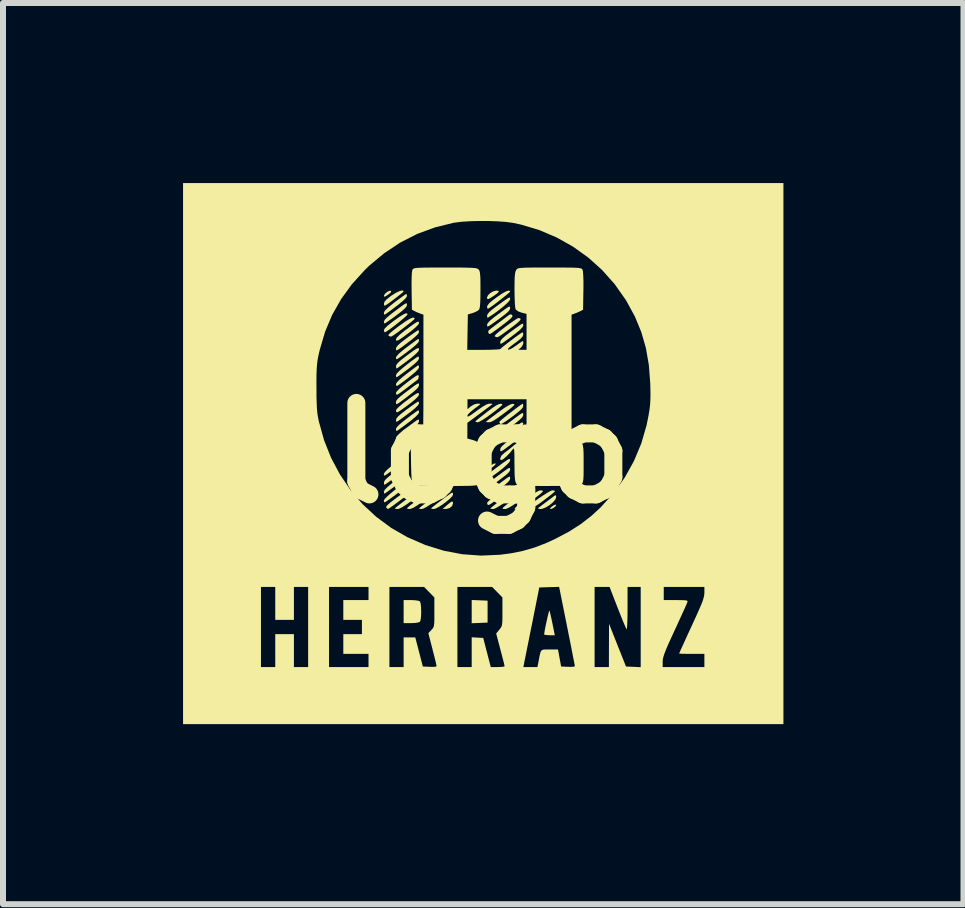
<source format=kicad_pcb>
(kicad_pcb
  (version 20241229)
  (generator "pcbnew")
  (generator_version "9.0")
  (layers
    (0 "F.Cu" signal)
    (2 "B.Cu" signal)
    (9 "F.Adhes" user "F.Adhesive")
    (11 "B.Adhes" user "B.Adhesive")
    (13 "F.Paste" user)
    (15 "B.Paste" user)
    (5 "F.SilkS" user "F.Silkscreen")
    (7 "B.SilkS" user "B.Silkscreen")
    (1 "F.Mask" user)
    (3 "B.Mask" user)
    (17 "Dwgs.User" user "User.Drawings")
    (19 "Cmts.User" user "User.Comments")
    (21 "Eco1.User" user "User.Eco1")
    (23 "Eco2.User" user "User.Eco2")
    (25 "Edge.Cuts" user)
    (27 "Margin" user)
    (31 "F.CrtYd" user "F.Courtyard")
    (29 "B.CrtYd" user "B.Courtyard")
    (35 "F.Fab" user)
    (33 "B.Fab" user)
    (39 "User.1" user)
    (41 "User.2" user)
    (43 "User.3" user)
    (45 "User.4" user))
  (footprint "logo"
    (layer "F.Cu")
    (at 4.992 4.498)
    (property "Reference" "logo" (at 0 0 0) (layer "F.SilkS") (effects (font (size 1.524 1.524) (thickness 0.3))))
    (attr board_only exclude_from_pos_files exclude_from_bom)
    (fp_poly (pts (xy -0.05 2.454) (xy 0.082 2.46) (xy 0.082 2.825) (xy -0.05 2.831) (xy -0.183 2.836) (xy -0.183 2.449)) (stroke (width 0) (type solid)) (fill yes) (layer "F.SilkS"))
    (fp_poly (pts (xy -0.497 0.814) (xy -0.494 0.838) (xy -0.51 0.883) (xy -0.552 0.917) (xy -0.608 0.932) (xy -0.614 0.932) (xy -0.667 0.931) (xy -0.594 0.868) (xy -0.543 0.826) (xy -0.512 0.808)) (stroke (width 0) (type solid)) (fill yes) (layer "F.SilkS"))
    (fp_poly (pts (xy 1.225 0.867) (xy 1.211 0.891) (xy 1.179 0.916) (xy 1.145 0.931) (xy 1.137 0.932) (xy 1.121 0.927) (xy 1.132 0.911) (xy 1.15 0.895) (xy 1.189 0.868) (xy 1.217 0.859)) (stroke (width 0) (type solid)) (fill yes) (layer "F.SilkS"))
    (fp_poly (pts (xy -1.525 -2.701) (xy -1.527 -2.681) (xy -1.559 -2.651) (xy -1.614 -2.614) (xy -1.615 -2.613) (xy -1.64 -2.603) (xy -1.644 -2.62) (xy -1.643 -2.627) (xy -1.625 -2.656) (xy -1.591 -2.684) (xy -1.554 -2.702) (xy -1.527 -2.703)) (stroke (width 0) (type solid)) (fill yes) (layer "F.SilkS"))
    (fp_poly (pts (xy 0.215 0.187) (xy 0.19 0.214) (xy 0.165 0.234) (xy 0.121 0.265) (xy 0.098 0.273) (xy 0.091 0.261) (xy 0.091 0.259) (xy 0.106 0.234) (xy 0.14 0.204) (xy 0.18 0.18) (xy 0.187 0.177) (xy 0.215 0.173)) (stroke (width 0) (type solid)) (fill yes) (layer "F.SilkS"))
    (fp_poly (pts (xy -1.121 2.454) (xy -1.069 2.462) (xy -1.046 2.472) (xy -1.034 2.503) (xy -1.027 2.564) (xy -1.024 2.642) (xy -1.027 2.725) (xy -1.035 2.785) (xy -1.046 2.812) (xy -1.076 2.824) (xy -1.133 2.832) (xy -1.192 2.834) (xy -1.317 2.834) (xy -1.317 2.45) (xy -1.192 2.45)) (stroke (width 0) (type solid)) (fill yes) (layer "F.SilkS"))
    (fp_poly (pts (xy 0.263 -2.702) (xy 0.269 -2.689) (xy 0.246 -2.664) (xy 0.192 -2.624) (xy 0.186 -2.62) (xy 0.128 -2.582) (xy 0.095 -2.565) (xy 0.078 -2.566) (xy 0.073 -2.585) (xy 0.073 -2.593) (xy 0.089 -2.629) (xy 0.128 -2.666) (xy 0.177 -2.694) (xy 0.226 -2.706) (xy 0.228 -2.706)) (stroke (width 0) (type solid)) (fill yes) (layer "F.SilkS"))
    (fp_poly (pts (xy 1.118 2.643) (xy 1.13 2.692) (xy 1.146 2.762) (xy 1.161 2.834) (xy 1.202 3.036) (xy 1.113 3.036) (xy 1.062 3.033) (xy 1.03 3.027) (xy 1.024 3.022) (xy 1.028 2.992) (xy 1.037 2.939) (xy 1.05 2.873) (xy 1.066 2.8) (xy 1.081 2.731) (xy 1.096 2.672) (xy 1.106 2.634) (xy 1.111 2.623)) (stroke (width 0) (type solid)) (fill yes) (layer "F.SilkS"))
    (fp_poly (pts (xy -1.321 -2.704) (xy -1.317 -2.693) (xy -1.331 -2.678) (xy -1.367 -2.647) (xy -1.418 -2.607) (xy -1.476 -2.562) (xy -1.534 -2.519) (xy -1.585 -2.482) (xy -1.621 -2.459) (xy -1.63 -2.453) (xy -1.642 -2.464) (xy -1.645 -2.49) (xy -1.636 -2.52) (xy -1.604 -2.557) (xy -1.545 -2.604) (xy -1.524 -2.62) (xy -1.455 -2.664) (xy -1.395 -2.694) (xy -1.348 -2.708)) (stroke (width 0) (type solid)) (fill yes) (layer "F.SilkS"))
    (fp_poly (pts (xy 0.455 -2.7) (xy 0.457 -2.69) (xy 0.444 -2.675) (xy 0.407 -2.643) (xy 0.355 -2.601) (xy 0.293 -2.552) (xy 0.229 -2.502) (xy 0.169 -2.457) (xy 0.119 -2.422) (xy 0.096 -2.407) (xy 0.078 -2.408) (xy 0.073 -2.436) (xy 0.082 -2.462) (xy 0.109 -2.496) (xy 0.161 -2.54) (xy 0.229 -2.592) (xy 0.317 -2.652) (xy 0.385 -2.691) (xy 0.432 -2.707)) (stroke (width 0) (type solid)) (fill yes) (layer "F.SilkS"))
    (fp_poly (pts (xy -1.258 -2.326) (xy -1.253 -2.309) (xy -1.266 -2.291) (xy -1.303 -2.257) (xy -1.356 -2.212) (xy -1.418 -2.162) (xy -1.482 -2.111) (xy -1.543 -2.066) (xy -1.592 -2.032) (xy -1.624 -2.013) (xy -1.63 -2.012) (xy -1.643 -2.027) (xy -1.646 -2.046) (xy -1.63 -2.076) (xy -1.583 -2.122) (xy -1.506 -2.183) (xy -1.477 -2.205) (xy -1.388 -2.268) (xy -1.323 -2.308) (xy -1.281 -2.327)) (stroke (width 0) (type solid)) (fill yes) (layer "F.SilkS"))
    (fp_poly (pts (xy -1.063 -0.993) (xy -1.061 -0.973) (xy -1.076 -0.944) (xy -1.121 -0.898) (xy -1.197 -0.835) (xy -1.234 -0.807) (xy -1.303 -0.756) (xy -1.363 -0.714) (xy -1.406 -0.686) (xy -1.426 -0.677) (xy -1.442 -0.692) (xy -1.445 -0.709) (xy -1.43 -0.735) (xy -1.389 -0.776) (xy -1.326 -0.829) (xy -1.279 -0.865) (xy -1.195 -0.928) (xy -1.135 -0.97) (xy -1.096 -0.993) (xy -1.074 -1)) (stroke (width 0) (type solid)) (fill yes) (layer "F.SilkS"))
    (fp_poly (pts (xy -1.063 -2.182) (xy -1.061 -2.164) (xy -1.076 -2.136) (xy -1.121 -2.091) (xy -1.193 -2.031) (xy -1.226 -2.006) (xy -1.31 -1.943) (xy -1.37 -1.901) (xy -1.409 -1.878) (xy -1.432 -1.871) (xy -1.442 -1.878) (xy -1.445 -1.896) (xy -1.429 -1.924) (xy -1.385 -1.969) (xy -1.313 -2.028) (xy -1.279 -2.054) (xy -1.195 -2.116) (xy -1.135 -2.158) (xy -1.096 -2.182) (xy -1.073 -2.189)) (stroke (width 0) (type solid)) (fill yes) (layer "F.SilkS"))
    (fp_poly (pts (xy -0.496 0.674) (xy -0.494 0.693) (xy -0.508 0.721) (xy -0.547 0.761) (xy -0.601 0.807) (xy -0.662 0.853) (xy -0.724 0.894) (xy -0.777 0.922) (xy -0.813 0.933) (xy -0.848 0.93) (xy -0.859 0.924) (xy -0.846 0.91) (xy -0.809 0.88) (xy -0.757 0.839) (xy -0.697 0.793) (xy -0.634 0.746) (xy -0.577 0.705) (xy -0.533 0.674) (xy -0.508 0.659) (xy -0.506 0.658)) (stroke (width 0) (type solid)) (fill yes) (layer "F.SilkS"))
    (fp_poly (pts (xy 1.225 0.731) (xy 1.225 0.736) (xy 1.21 0.776) (xy 1.17 0.822) (xy 1.114 0.868) (xy 1.052 0.906) (xy 0.994 0.929) (xy 0.966 0.933) (xy 0.931 0.929) (xy 0.923 0.919) (xy 0.924 0.917) (xy 0.947 0.9) (xy 0.99 0.867) (xy 1.046 0.825) (xy 1.061 0.814) (xy 1.119 0.77) (xy 1.168 0.733) (xy 1.199 0.71) (xy 1.202 0.708) (xy 1.22 0.704)) (stroke (width 0) (type solid)) (fill yes) (layer "F.SilkS"))
    (fp_poly (pts (xy -1.262 0.512) (xy -1.273 0.542) (xy -1.309 0.582) (xy -1.371 0.636) (xy -1.443 0.69) (xy -1.513 0.741) (xy -1.572 0.783) (xy -1.614 0.812) (xy -1.634 0.823) (xy -1.634 0.823) (xy -1.644 0.808) (xy -1.646 0.789) (xy -1.633 0.767) (xy -1.597 0.73) (xy -1.546 0.684) (xy -1.486 0.633) (xy -1.423 0.583) (xy -1.364 0.538) (xy -1.314 0.505) (xy -1.282 0.488) (xy -1.273 0.488)) (stroke (width 0) (type solid)) (fill yes) (layer "F.SilkS"))
    (fp_poly (pts (xy -1.14 -2.254) (xy -1.134 -2.236) (xy -1.149 -2.22) (xy -1.186 -2.188) (xy -1.239 -2.145) (xy -1.303 -2.096) (xy -1.369 -2.046) (xy -1.431 -2) (xy -1.483 -1.964) (xy -1.518 -1.943) (xy -1.528 -1.939) (xy -1.558 -1.948) (xy -1.569 -1.954) (xy -1.569 -1.969) (xy -1.543 -1.998) (xy -1.49 -2.043) (xy -1.408 -2.106) (xy -1.389 -2.12) (xy -1.29 -2.19) (xy -1.216 -2.235) (xy -1.166 -2.256)) (stroke (width 0) (type solid)) (fill yes) (layer "F.SilkS"))
    (fp_poly (pts (xy 0.673 -0.665) (xy 0.676 -0.653) (xy 0.676 -0.637) (xy 0.673 -0.619) (xy 0.661 -0.599) (xy 0.638 -0.573) (xy 0.599 -0.539) (xy 0.541 -0.493) (xy 0.46 -0.432) (xy 0.363 -0.36) (xy 0.293 -0.308) (xy 0.293 -0.353) (xy 0.299 -0.378) (xy 0.321 -0.408) (xy 0.363 -0.447) (xy 0.43 -0.501) (xy 0.462 -0.525) (xy 0.545 -0.587) (xy 0.604 -0.63) (xy 0.641 -0.656) (xy 0.663 -0.666)) (stroke (width 0) (type solid)) (fill yes) (layer "F.SilkS"))
    (fp_poly (pts (xy 0.674 -0.497) (xy 0.677 -0.48) (xy 0.662 -0.453) (xy 0.622 -0.412) (xy 0.563 -0.363) (xy 0.544 -0.348) (xy 0.476 -0.298) (xy 0.412 -0.25) (xy 0.363 -0.213) (xy 0.352 -0.205) (xy 0.293 -0.16) (xy 0.293 -0.206) (xy 0.299 -0.231) (xy 0.32 -0.26) (xy 0.36 -0.299) (xy 0.425 -0.35) (xy 0.466 -0.382) (xy 0.535 -0.433) (xy 0.595 -0.474) (xy 0.638 -0.502) (xy 0.658 -0.512)) (stroke (width 0) (type solid)) (fill yes) (layer "F.SilkS"))
    (fp_poly (pts (xy -1.264 -2.636) (xy -1.262 -2.616) (xy -1.277 -2.586) (xy -1.324 -2.539) (xy -1.402 -2.474) (xy -1.444 -2.442) (xy -1.514 -2.389) (xy -1.573 -2.346) (xy -1.615 -2.316) (xy -1.635 -2.304) (xy -1.636 -2.304) (xy -1.644 -2.319) (xy -1.646 -2.34) (xy -1.63 -2.37) (xy -1.583 -2.417) (xy -1.505 -2.482) (xy -1.464 -2.514) (xy -1.394 -2.566) (xy -1.335 -2.609) (xy -1.292 -2.639) (xy -1.272 -2.651) (xy -1.272 -2.652)) (stroke (width 0) (type solid)) (fill yes) (layer "F.SilkS"))
    (fp_poly (pts (xy -1.264 0.345) (xy -1.262 0.365) (xy -1.277 0.395) (xy -1.324 0.442) (xy -1.402 0.507) (xy -1.444 0.539) (xy -1.514 0.591) (xy -1.573 0.634) (xy -1.615 0.664) (xy -1.635 0.677) (xy -1.636 0.677) (xy -1.644 0.661) (xy -1.646 0.641) (xy -1.63 0.611) (xy -1.583 0.564) (xy -1.505 0.499) (xy -1.464 0.467) (xy -1.394 0.415) (xy -1.335 0.371) (xy -1.292 0.341) (xy -1.272 0.329) (xy -1.272 0.329)) (stroke (width 0) (type solid)) (fill yes) (layer "F.SilkS"))
    (fp_poly (pts (xy -1.263 0.052) (xy -1.262 0.071) (xy -1.277 0.099) (xy -1.322 0.144) (xy -1.394 0.204) (xy -1.431 0.232) (xy -1.514 0.294) (xy -1.573 0.337) (xy -1.611 0.363) (xy -1.632 0.374) (xy -1.643 0.373) (xy -1.646 0.362) (xy -1.646 0.349) (xy -1.632 0.321) (xy -1.591 0.278) (xy -1.521 0.218) (xy -1.464 0.174) (xy -1.394 0.122) (xy -1.335 0.079) (xy -1.292 0.049) (xy -1.272 0.037) (xy -1.272 0.037)) (stroke (width 0) (type solid)) (fill yes) (layer "F.SilkS"))
    (fp_poly (pts (xy -1.066 -1.29) (xy -1.064 -1.28) (xy -1.073 -1.236) (xy -1.091 -1.216) (xy -1.12 -1.195) (xy -1.169 -1.158) (xy -1.231 -1.11) (xy -1.269 -1.081) (xy -1.331 -1.034) (xy -1.384 -0.996) (xy -1.419 -0.974) (xy -1.429 -0.969) (xy -1.442 -0.984) (xy -1.445 -1.002) (xy -1.43 -1.028) (xy -1.387 -1.072) (xy -1.32 -1.129) (xy -1.257 -1.178) (xy -1.18 -1.236) (xy -1.127 -1.273) (xy -1.094 -1.293) (xy -1.075 -1.298)) (stroke (width 0) (type solid)) (fill yes) (layer "F.SilkS"))
    (fp_poly (pts (xy -1.064 -0.409) (xy -1.061 -0.396) (xy -1.061 -0.38) (xy -1.068 -0.354) (xy -1.095 -0.322) (xy -1.144 -0.278) (xy -1.219 -0.219) (xy -1.226 -0.214) (xy -1.31 -0.151) (xy -1.37 -0.109) (xy -1.409 -0.086) (xy -1.432 -0.079) (xy -1.442 -0.086) (xy -1.445 -0.106) (xy -1.429 -0.136) (xy -1.384 -0.182) (xy -1.307 -0.245) (xy -1.275 -0.269) (xy -1.192 -0.331) (xy -1.134 -0.374) (xy -1.096 -0.4) (xy -1.074 -0.41)) (stroke (width 0) (type solid)) (fill yes) (layer "F.SilkS"))
    (fp_poly (pts (xy -1.063 -1.743) (xy -1.061 -1.724) (xy -1.061 -1.721) (xy -1.073 -1.693) (xy -1.113 -1.652) (xy -1.18 -1.594) (xy -1.243 -1.546) (xy -1.313 -1.493) (xy -1.372 -1.45) (xy -1.414 -1.42) (xy -1.434 -1.408) (xy -1.435 -1.408) (xy -1.442 -1.424) (xy -1.444 -1.449) (xy -1.434 -1.476) (xy -1.403 -1.512) (xy -1.347 -1.56) (xy -1.272 -1.618) (xy -1.19 -1.679) (xy -1.132 -1.72) (xy -1.095 -1.742) (xy -1.073 -1.749)) (stroke (width 0) (type solid)) (fill yes) (layer "F.SilkS"))
    (fp_poly (pts (xy -1.063 -1.594) (xy -1.061 -1.573) (xy -1.076 -1.544) (xy -1.123 -1.496) (xy -1.201 -1.431) (xy -1.243 -1.4) (xy -1.313 -1.347) (xy -1.372 -1.304) (xy -1.414 -1.274) (xy -1.434 -1.262) (xy -1.435 -1.262) (xy -1.443 -1.277) (xy -1.445 -1.297) (xy -1.429 -1.327) (xy -1.383 -1.374) (xy -1.307 -1.438) (xy -1.266 -1.471) (xy -1.197 -1.524) (xy -1.138 -1.567) (xy -1.095 -1.597) (xy -1.075 -1.609) (xy -1.074 -1.609)) (stroke (width 0) (type solid)) (fill yes) (layer "F.SilkS"))
    (fp_poly (pts (xy -1.063 -1.448) (xy -1.061 -1.427) (xy -1.077 -1.396) (xy -1.124 -1.348) (xy -1.204 -1.281) (xy -1.239 -1.253) (xy -1.308 -1.2) (xy -1.367 -1.157) (xy -1.41 -1.127) (xy -1.431 -1.116) (xy -1.431 -1.116) (xy -1.442 -1.131) (xy -1.445 -1.149) (xy -1.43 -1.176) (xy -1.387 -1.221) (xy -1.318 -1.28) (xy -1.263 -1.323) (xy -1.193 -1.376) (xy -1.134 -1.42) (xy -1.092 -1.45) (xy -1.072 -1.463) (xy -1.071 -1.463)) (stroke (width 0) (type solid)) (fill yes) (layer "F.SilkS"))
    (fp_poly (pts (xy -1.062 -0.698) (xy -1.061 -0.677) (xy -1.076 -0.647) (xy -1.123 -0.6) (xy -1.201 -0.535) (xy -1.243 -0.504) (xy -1.313 -0.451) (xy -1.372 -0.408) (xy -1.414 -0.378) (xy -1.434 -0.366) (xy -1.435 -0.366) (xy -1.443 -0.381) (xy -1.445 -0.402) (xy -1.429 -0.431) (xy -1.382 -0.479) (xy -1.304 -0.543) (xy -1.263 -0.575) (xy -1.193 -0.628) (xy -1.133 -0.671) (xy -1.091 -0.701) (xy -1.071 -0.713) (xy -1.071 -0.713)) (stroke (width 0) (type solid)) (fill yes) (layer "F.SilkS"))
    (fp_poly (pts (xy -1.062 -1.887) (xy -1.061 -1.867) (xy -1.076 -1.839) (xy -1.121 -1.794) (xy -1.193 -1.734) (xy -1.23 -1.706) (xy -1.313 -1.644) (xy -1.371 -1.601) (xy -1.409 -1.575) (xy -1.431 -1.564) (xy -1.441 -1.565) (xy -1.444 -1.576) (xy -1.445 -1.589) (xy -1.431 -1.617) (xy -1.39 -1.661) (xy -1.32 -1.72) (xy -1.263 -1.764) (xy -1.193 -1.816) (xy -1.133 -1.86) (xy -1.091 -1.89) (xy -1.071 -1.902) (xy -1.071 -1.902)) (stroke (width 0) (type solid)) (fill yes) (layer "F.SilkS"))
    (fp_poly (pts (xy -0.984 0.624) (xy -0.969 0.629) (xy -0.983 0.642) (xy -1.021 0.672) (xy -1.077 0.716) (xy -1.147 0.769) (xy -1.168 0.784) (xy -1.27 0.858) (xy -1.347 0.906) (xy -1.4 0.93) (xy -1.415 0.933) (xy -1.45 0.93) (xy -1.463 0.924) (xy -1.449 0.91) (xy -1.411 0.879) (xy -1.355 0.835) (xy -1.286 0.782) (xy -1.268 0.768) (xy -1.173 0.699) (xy -1.101 0.653) (xy -1.049 0.628) (xy -1.021 0.622)) (stroke (width 0) (type solid)) (fill yes) (layer "F.SilkS"))
    (fp_poly (pts (xy -0.796 0.627) (xy -0.787 0.635) (xy -0.801 0.651) (xy -0.839 0.684) (xy -0.895 0.729) (xy -0.964 0.782) (xy -0.976 0.791) (xy -1.076 0.863) (xy -1.151 0.91) (xy -1.201 0.931) (xy -1.213 0.933) (xy -1.249 0.93) (xy -1.262 0.924) (xy -1.247 0.906) (xy -1.209 0.873) (xy -1.153 0.83) (xy -1.086 0.782) (xy -1.016 0.733) (xy -0.948 0.688) (xy -0.889 0.651) (xy -0.847 0.628) (xy -0.829 0.622)) (stroke (width 0) (type solid)) (fill yes) (layer "F.SilkS"))
    (fp_poly (pts (xy -0.582 0.624) (xy -0.567 0.629) (xy -0.581 0.642) (xy -0.619 0.673) (xy -0.676 0.716) (xy -0.746 0.769) (xy -0.768 0.785) (xy -0.86 0.85) (xy -0.936 0.898) (xy -0.99 0.926) (xy -1.015 0.933) (xy -1.049 0.93) (xy -1.061 0.924) (xy -1.047 0.91) (xy -1.009 0.879) (xy -0.953 0.835) (xy -0.883 0.782) (xy -0.866 0.768) (xy -0.77 0.699) (xy -0.698 0.653) (xy -0.647 0.628) (xy -0.619 0.622)) (stroke (width 0) (type solid)) (fill yes) (layer "F.SilkS"))
    (fp_poly (pts (xy 0.306 -0.82) (xy 0.324 -0.815) (xy 0.328 -0.806) (xy 0.314 -0.788) (xy 0.281 -0.759) (xy 0.224 -0.713) (xy 0.157 -0.663) (xy 0.069 -0.598) (xy -0.005 -0.55) (xy -0.059 -0.52) (xy -0.086 -0.512) (xy -0.116 -0.518) (xy -0.12 -0.528) (xy -0.103 -0.545) (xy -0.062 -0.579) (xy -0.003 -0.625) (xy 0.066 -0.679) (xy 0.073 -0.685) (xy 0.156 -0.747) (xy 0.217 -0.788) (xy 0.261 -0.811) (xy 0.294 -0.82)) (stroke (width 0) (type solid)) (fill yes) (layer "F.SilkS"))
    (fp_poly (pts (xy 0.455 -2.587) (xy 0.457 -2.574) (xy 0.457 -2.562) (xy 0.443 -2.535) (xy 0.403 -2.493) (xy 0.344 -2.44) (xy 0.27 -2.381) (xy 0.187 -2.32) (xy 0.123 -2.278) (xy 0.089 -2.257) (xy 0.076 -2.258) (xy 0.073 -2.284) (xy 0.074 -2.288) (xy 0.081 -2.313) (xy 0.105 -2.343) (xy 0.15 -2.384) (xy 0.221 -2.438) (xy 0.251 -2.46) (xy 0.332 -2.519) (xy 0.389 -2.559) (xy 0.425 -2.582) (xy 0.446 -2.591)) (stroke (width 0) (type solid)) (fill yes) (layer "F.SilkS"))
    (fp_poly (pts (xy 0.455 0.101) (xy 0.457 0.115) (xy 0.457 0.126) (xy 0.443 0.153) (xy 0.403 0.195) (xy 0.344 0.248) (xy 0.27 0.307) (xy 0.187 0.368) (xy 0.123 0.41) (xy 0.089 0.431) (xy 0.076 0.43) (xy 0.073 0.404) (xy 0.074 0.4) (xy 0.081 0.375) (xy 0.105 0.345) (xy 0.15 0.304) (xy 0.221 0.25) (xy 0.251 0.229) (xy 0.332 0.169) (xy 0.389 0.129) (xy 0.425 0.106) (xy 0.446 0.098)) (stroke (width 0) (type solid)) (fill yes) (layer "F.SilkS"))
    (fp_poly (pts (xy 0.526 -0.815) (xy 0.528 -0.805) (xy 0.513 -0.786) (xy 0.478 -0.755) (xy 0.418 -0.708) (xy 0.358 -0.663) (xy 0.262 -0.593) (xy 0.19 -0.545) (xy 0.139 -0.519) (xy 0.107 -0.512) (xy 0.07 -0.514) (xy 0.055 -0.52) (xy 0.069 -0.533) (xy 0.107 -0.563) (xy 0.164 -0.606) (xy 0.235 -0.659) (xy 0.258 -0.676) (xy 0.347 -0.741) (xy 0.414 -0.784) (xy 0.462 -0.809) (xy 0.496 -0.819) (xy 0.509 -0.819)) (stroke (width 0) (type solid)) (fill yes) (layer "F.SilkS"))
    (fp_poly (pts (xy 0.607 0.624) (xy 0.622 0.629) (xy 0.608 0.642) (xy 0.57 0.673) (xy 0.513 0.716) (xy 0.443 0.769) (xy 0.422 0.785) (xy 0.326 0.853) (xy 0.249 0.901) (xy 0.196 0.928) (xy 0.175 0.933) (xy 0.14 0.93) (xy 0.128 0.924) (xy 0.142 0.91) (xy 0.18 0.879) (xy 0.236 0.835) (xy 0.305 0.782) (xy 0.323 0.768) (xy 0.418 0.699) (xy 0.49 0.653) (xy 0.541 0.628) (xy 0.57 0.622)) (stroke (width 0) (type solid)) (fill yes) (layer "F.SilkS"))
    (fp_poly (pts (xy 0.794 0.627) (xy 0.804 0.635) (xy 0.79 0.651) (xy 0.752 0.684) (xy 0.695 0.729) (xy 0.626 0.782) (xy 0.615 0.791) (xy 0.514 0.864) (xy 0.438 0.91) (xy 0.388 0.931) (xy 0.378 0.933) (xy 0.342 0.93) (xy 0.329 0.924) (xy 0.343 0.906) (xy 0.382 0.873) (xy 0.438 0.83) (xy 0.505 0.782) (xy 0.575 0.733) (xy 0.643 0.688) (xy 0.702 0.651) (xy 0.744 0.628) (xy 0.762 0.622)) (stroke (width 0) (type solid)) (fill yes) (layer "F.SilkS"))
    (fp_poly (pts (xy 0.995 0.626) (xy 1.005 0.635) (xy 0.99 0.655) (xy 0.951 0.69) (xy 0.894 0.733) (xy 0.826 0.782) (xy 0.755 0.831) (xy 0.688 0.875) (xy 0.63 0.909) (xy 0.589 0.929) (xy 0.576 0.933) (xy 0.542 0.93) (xy 0.53 0.925) (xy 0.544 0.911) (xy 0.582 0.88) (xy 0.637 0.835) (xy 0.706 0.782) (xy 0.723 0.769) (xy 0.814 0.703) (xy 0.887 0.654) (xy 0.939 0.627) (xy 0.961 0.622)) (stroke (width 0) (type solid)) (fill yes) (layer "F.SilkS"))
    (fp_poly (pts (xy -1.265 -2.493) (xy -1.262 -2.481) (xy -1.262 -2.465) (xy -1.271 -2.44) (xy -1.298 -2.408) (xy -1.347 -2.364) (xy -1.422 -2.306) (xy -1.443 -2.29) (xy -1.513 -2.239) (xy -1.572 -2.198) (xy -1.614 -2.169) (xy -1.634 -2.158) (xy -1.634 -2.158) (xy -1.644 -2.173) (xy -1.646 -2.192) (xy -1.63 -2.221) (xy -1.586 -2.266) (xy -1.513 -2.325) (xy -1.477 -2.353) (xy -1.393 -2.416) (xy -1.335 -2.459) (xy -1.297 -2.484) (xy -1.275 -2.495)) (stroke (width 0) (type solid)) (fill yes) (layer "F.SilkS"))
    (fp_poly (pts (xy -1.264 0.198) (xy -1.262 0.219) (xy -1.277 0.249) (xy -1.324 0.296) (xy -1.402 0.361) (xy -1.444 0.392) (xy -1.514 0.445) (xy -1.573 0.488) (xy -1.615 0.518) (xy -1.635 0.53) (xy -1.636 0.53) (xy -1.643 0.515) (xy -1.645 0.489) (xy -1.636 0.464) (xy -1.607 0.43) (xy -1.554 0.384) (xy -1.474 0.322) (xy -1.465 0.315) (xy -1.395 0.264) (xy -1.335 0.223) (xy -1.293 0.194) (xy -1.274 0.183) (xy -1.273 0.183)) (stroke (width 0) (type solid)) (fill yes) (layer "F.SilkS"))
    (fp_poly (pts (xy -1.202 0.616) (xy -1.191 0.625) (xy -1.193 0.639) (xy -1.213 0.662) (xy -1.254 0.697) (xy -1.319 0.747) (xy -1.367 0.783) (xy -1.44 0.837) (xy -1.503 0.883) (xy -1.55 0.916) (xy -1.575 0.932) (xy -1.577 0.933) (xy -1.595 0.921) (xy -1.606 0.909) (xy -1.607 0.894) (xy -1.588 0.869) (xy -1.547 0.832) (xy -1.479 0.779) (xy -1.432 0.743) (xy -1.349 0.683) (xy -1.289 0.643) (xy -1.248 0.621) (xy -1.22 0.613)) (stroke (width 0) (type solid)) (fill yes) (layer "F.SilkS"))
    (fp_poly (pts (xy -1.064 -0.555) (xy -1.061 -0.543) (xy -1.061 -0.527) (xy -1.07 -0.502) (xy -1.096 -0.469) (xy -1.146 -0.426) (xy -1.221 -0.367) (xy -1.242 -0.352) (xy -1.312 -0.301) (xy -1.371 -0.259) (xy -1.413 -0.231) (xy -1.433 -0.219) (xy -1.433 -0.219) (xy -1.443 -0.235) (xy -1.445 -0.254) (xy -1.429 -0.282) (xy -1.384 -0.327) (xy -1.312 -0.387) (xy -1.275 -0.415) (xy -1.192 -0.477) (xy -1.134 -0.52) (xy -1.096 -0.546) (xy -1.074 -0.557)) (stroke (width 0) (type solid)) (fill yes) (layer "F.SilkS"))
    (fp_poly (pts (xy -1.063 -2.033) (xy -1.061 -2.014) (xy -1.076 -1.985) (xy -1.121 -1.94) (xy -1.193 -1.881) (xy -1.23 -1.853) (xy -1.313 -1.79) (xy -1.372 -1.747) (xy -1.41 -1.722) (xy -1.431 -1.711) (xy -1.441 -1.713) (xy -1.444 -1.725) (xy -1.444 -1.741) (xy -1.436 -1.766) (xy -1.409 -1.798) (xy -1.36 -1.842) (xy -1.284 -1.9) (xy -1.264 -1.916) (xy -1.194 -1.966) (xy -1.134 -2.008) (xy -1.092 -2.037) (xy -1.072 -2.048) (xy -1.072 -2.048)) (stroke (width 0) (type solid)) (fill yes) (layer "F.SilkS"))
    (fp_poly (pts (xy -1.063 -0.844) (xy -1.061 -0.825) (xy -1.076 -0.797) (xy -1.121 -0.752) (xy -1.193 -0.692) (xy -1.23 -0.664) (xy -1.313 -0.602) (xy -1.372 -0.559) (xy -1.41 -0.533) (xy -1.431 -0.522) (xy -1.441 -0.524) (xy -1.444 -0.536) (xy -1.444 -0.552) (xy -1.436 -0.577) (xy -1.409 -0.61) (xy -1.36 -0.653) (xy -1.284 -0.712) (xy -1.264 -0.727) (xy -1.194 -0.778) (xy -1.134 -0.82) (xy -1.092 -0.848) (xy -1.072 -0.859) (xy -1.072 -0.859)) (stroke (width 0) (type solid)) (fill yes) (layer "F.SilkS"))
    (fp_poly (pts (xy 0.454 -2.438) (xy 0.457 -2.426) (xy 0.457 -2.41) (xy 0.449 -2.385) (xy 0.423 -2.353) (xy 0.374 -2.311) (xy 0.299 -2.254) (xy 0.281 -2.24) (xy 0.199 -2.181) (xy 0.142 -2.14) (xy 0.105 -2.117) (xy 0.085 -2.109) (xy 0.076 -2.113) (xy 0.073 -2.128) (xy 0.073 -2.138) (xy 0.085 -2.165) (xy 0.122 -2.205) (xy 0.186 -2.259) (xy 0.242 -2.301) (xy 0.326 -2.362) (xy 0.384 -2.405) (xy 0.422 -2.43) (xy 0.444 -2.44)) (stroke (width 0) (type solid)) (fill yes) (layer "F.SilkS"))
    (fp_poly (pts (xy 0.454 0.25) (xy 0.457 0.262) (xy 0.457 0.278) (xy 0.449 0.303) (xy 0.423 0.335) (xy 0.374 0.377) (xy 0.299 0.434) (xy 0.281 0.448) (xy 0.199 0.507) (xy 0.142 0.548) (xy 0.105 0.571) (xy 0.085 0.579) (xy 0.076 0.575) (xy 0.073 0.56) (xy 0.073 0.55) (xy 0.085 0.523) (xy 0.122 0.483) (xy 0.186 0.43) (xy 0.242 0.387) (xy 0.326 0.326) (xy 0.384 0.283) (xy 0.422 0.258) (xy 0.444 0.248)) (stroke (width 0) (type solid)) (fill yes) (layer "F.SilkS"))
    (fp_poly (pts (xy 0.454 0.396) (xy 0.457 0.408) (xy 0.457 0.425) (xy 0.45 0.449) (xy 0.427 0.479) (xy 0.383 0.519) (xy 0.314 0.572) (xy 0.276 0.6) (xy 0.205 0.65) (xy 0.146 0.692) (xy 0.103 0.72) (xy 0.084 0.731) (xy 0.084 0.731) (xy 0.075 0.716) (xy 0.073 0.697) (xy 0.089 0.669) (xy 0.133 0.624) (xy 0.206 0.564) (xy 0.242 0.536) (xy 0.326 0.474) (xy 0.384 0.431) (xy 0.422 0.405) (xy 0.444 0.394)) (stroke (width 0) (type solid)) (fill yes) (layer "F.SilkS"))
    (fp_poly (pts (xy 0.474 0.56) (xy 0.465 0.587) (xy 0.43 0.624) (xy 0.366 0.677) (xy 0.343 0.694) (xy 0.276 0.744) (xy 0.212 0.791) (xy 0.164 0.827) (xy 0.154 0.835) (xy 0.115 0.859) (xy 0.089 0.867) (xy 0.085 0.865) (xy 0.074 0.838) (xy 0.073 0.831) (xy 0.087 0.812) (xy 0.124 0.778) (xy 0.177 0.734) (xy 0.24 0.685) (xy 0.305 0.636) (xy 0.367 0.593) (xy 0.418 0.56) (xy 0.451 0.542) (xy 0.46 0.541)) (stroke (width 0) (type solid)) (fill yes) (layer "F.SilkS"))
    (fp_poly (pts (xy 0.674 -0.355) (xy 0.677 -0.339) (xy 0.677 -0.333) (xy 0.661 -0.302) (xy 0.612 -0.254) (xy 0.532 -0.189) (xy 0.507 -0.17) (xy 0.424 -0.108) (xy 0.366 -0.065) (xy 0.328 -0.039) (xy 0.306 -0.029) (xy 0.296 -0.031) (xy 0.293 -0.043) (xy 0.293 -0.06) (xy 0.299 -0.085) (xy 0.322 -0.115) (xy 0.366 -0.154) (xy 0.435 -0.207) (xy 0.466 -0.23) (xy 0.549 -0.29) (xy 0.606 -0.33) (xy 0.643 -0.353) (xy 0.664 -0.36)) (stroke (width 0) (type solid)) (fill yes) (layer "F.SilkS"))
    (fp_poly (pts (xy 0.674 -0.807) (xy 0.676 -0.782) (xy 0.667 -0.757) (xy 0.638 -0.723) (xy 0.586 -0.678) (xy 0.508 -0.617) (xy 0.484 -0.599) (xy 0.401 -0.539) (xy 0.34 -0.5) (xy 0.304 -0.482) (xy 0.293 -0.484) (xy 0.282 -0.509) (xy 0.272 -0.512) (xy 0.279 -0.522) (xy 0.31 -0.551) (xy 0.361 -0.593) (xy 0.427 -0.646) (xy 0.455 -0.667) (xy 0.529 -0.724) (xy 0.592 -0.771) (xy 0.639 -0.805) (xy 0.664 -0.822) (xy 0.667 -0.823)) (stroke (width 0) (type solid)) (fill yes) (layer "F.SilkS"))
    (fp_poly (pts (xy 0.675 -2.142) (xy 0.677 -2.122) (xy 0.66 -2.092) (xy 0.612 -2.044) (xy 0.531 -1.979) (xy 0.507 -1.961) (xy 0.424 -1.899) (xy 0.365 -1.857) (xy 0.327 -1.831) (xy 0.306 -1.821) (xy 0.296 -1.822) (xy 0.293 -1.834) (xy 0.293 -1.85) (xy 0.302 -1.876) (xy 0.328 -1.908) (xy 0.378 -1.952) (xy 0.453 -2.01) (xy 0.474 -2.025) (xy 0.544 -2.076) (xy 0.603 -2.118) (xy 0.645 -2.147) (xy 0.665 -2.158) (xy 0.665 -2.158)) (stroke (width 0) (type solid)) (fill yes) (layer "F.SilkS"))
    (fp_poly (pts (xy 1.195 0.626) (xy 1.206 0.635) (xy 1.192 0.651) (xy 1.154 0.683) (xy 1.097 0.728) (xy 1.027 0.781) (xy 1.015 0.791) (xy 0.926 0.855) (xy 0.861 0.897) (xy 0.812 0.922) (xy 0.775 0.932) (xy 0.765 0.933) (xy 0.729 0.929) (xy 0.722 0.919) (xy 0.723 0.917) (xy 0.78 0.869) (xy 0.85 0.816) (xy 0.926 0.761) (xy 1.002 0.71) (xy 1.07 0.667) (xy 1.124 0.636) (xy 1.157 0.622) (xy 1.16 0.622)) (stroke (width 0) (type solid)) (fill yes) (layer "F.SilkS"))
    (fp_poly (pts (xy -1.064 -1.158) (xy -1.061 -1.146) (xy -1.061 -1.13) (xy -1.069 -1.104) (xy -1.096 -1.07) (xy -1.147 -1.025) (xy -1.224 -0.963) (xy -1.228 -0.96) (xy -1.312 -0.896) (xy -1.37 -0.853) (xy -1.408 -0.826) (xy -1.431 -0.815) (xy -1.441 -0.818) (xy -1.444 -0.831) (xy -1.445 -0.847) (xy -1.438 -0.873) (xy -1.415 -0.903) (xy -1.371 -0.943) (xy -1.302 -0.998) (xy -1.275 -1.018) (xy -1.192 -1.081) (xy -1.134 -1.124) (xy -1.096 -1.149) (xy -1.074 -1.16)) (stroke (width 0) (type solid)) (fill yes) (layer "F.SilkS"))
    (fp_poly (pts (xy 0.625 -2.244) (xy 0.633 -2.229) (xy 0.614 -2.201) (xy 0.568 -2.159) (xy 0.493 -2.1) (xy 0.471 -2.084) (xy 0.387 -2.022) (xy 0.327 -1.978) (xy 0.286 -1.951) (xy 0.259 -1.935) (xy 0.241 -1.93) (xy 0.227 -1.932) (xy 0.211 -1.938) (xy 0.201 -1.946) (xy 0.207 -1.962) (xy 0.232 -1.987) (xy 0.279 -2.027) (xy 0.352 -2.083) (xy 0.374 -2.1) (xy 0.448 -2.155) (xy 0.513 -2.2) (xy 0.562 -2.233) (xy 0.59 -2.248) (xy 0.593 -2.249)) (stroke (width 0) (type solid)) (fill yes) (layer "F.SilkS"))
    (fp_poly (pts (xy 0.492 -2.297) (xy 0.497 -2.282) (xy 0.486 -2.262) (xy 0.457 -2.232) (xy 0.404 -2.188) (xy 0.335 -2.135) (xy 0.25 -2.071) (xy 0.189 -2.027) (xy 0.149 -1.999) (xy 0.124 -1.985) (xy 0.11 -1.983) (xy 0.103 -1.991) (xy 0.098 -2.002) (xy 0.093 -2.016) (xy 0.093 -2.028) (xy 0.102 -2.043) (xy 0.126 -2.064) (xy 0.167 -2.096) (xy 0.231 -2.144) (xy 0.274 -2.176) (xy 0.341 -2.226) (xy 0.397 -2.268) (xy 0.436 -2.297) (xy 0.45 -2.307) (xy 0.478 -2.309)) (stroke (width 0) (type solid)) (fill yes) (layer "F.SilkS"))
    (fp_poly (pts (xy 5.011 4.517) (xy -4.992 4.517) (xy -4.992 3.566) (xy -3.694 3.566) (xy -3.456 3.566) (xy -3.456 3.017) (xy -3.145 3.017) (xy -3.145 3.566) (xy -2.908 3.566) (xy -2.56 3.566) (xy -1.902 3.566) (xy -1.554 3.566) (xy -1.317 3.566) (xy -0.421 3.566) (xy -0.183 3.566) (xy -0.183 3.07) (xy 0.009 3.081) (xy 0.072 3.324) (xy 0.135 3.566) (xy 0.25 3.566) (xy 0.678 3.566) (xy 0.912 3.566) (xy 1.865 3.566) (xy 2.103 3.566) (xy 2.105 2.844) (xy 2.246 3.2) (xy 2.388 3.557) (xy 2.633 3.568) (xy 2.633 3.566) (xy 2.999 3.566) (xy 3.694 3.566) (xy 3.694 3.346) (xy 3.484 3.346) (xy 3.401 3.346) (xy 3.333 3.345) (xy 3.288 3.343) (xy 3.273 3.34) (xy 3.281 3.323) (xy 3.301 3.276) (xy 3.334 3.205) (xy 3.375 3.114) (xy 3.424 3.007) (xy 3.479 2.888) (xy 3.483 2.879) (xy 3.547 2.74) (xy 3.597 2.629) (xy 3.634 2.543) (xy 3.661 2.477) (xy 3.678 2.425) (xy 3.688 2.384) (xy 3.693 2.35) (xy 3.694 2.327) (xy 3.694 2.231) (xy 3.017 2.231) (xy 3.017 2.45) (xy 3.22 2.45) (xy 3.308 2.451) (xy 3.365 2.453) (xy 3.398 2.457) (xy 3.412 2.465) (xy 3.413 2.478) (xy 3.411 2.484) (xy 3.401 2.509) (xy 3.378 2.562) (xy 3.343 2.639) (xy 3.299 2.735) (xy 3.249 2.845) (xy 3.2 2.951) (xy 3.137 3.088) (xy 3.088 3.196) (xy 3.052 3.281) (xy 3.027 3.346) (xy 3.011 3.396) (xy 3.002 3.435) (xy 2.999 3.469) (xy 2.999 3.476) (xy 2.999 3.566) (xy 2.633 3.566) (xy 2.633 2.231) (xy 2.414 2.231) (xy 2.414 2.589) (xy 2.413 2.698) (xy 2.411 2.793) (xy 2.408 2.868) (xy 2.404 2.918) (xy 2.4 2.937) (xy 2.399 2.937) (xy 2.388 2.918) (xy 2.367 2.87) (xy 2.336 2.798) (xy 2.3 2.708) (xy 2.259 2.605) (xy 2.249 2.579) (xy 2.114 2.231) (xy 1.865 2.231) (xy 1.865 3.566) (xy 0.912 3.566) (xy 0.933 3.461) (xy 0.949 3.377) (xy 0.962 3.323) (xy 0.978 3.292) (xy 1.002 3.277) (xy 1.041 3.273) (xy 1.1 3.273) (xy 1.114 3.273) (xy 1.255 3.273) (xy 1.281 3.415) (xy 1.307 3.557) (xy 1.422 3.562) (xy 1.481 3.563) (xy 1.522 3.559) (xy 1.536 3.553) (xy 1.533 3.532) (xy 1.523 3.48) (xy 1.507 3.4) (xy 1.487 3.296) (xy 1.463 3.173) (xy 1.435 3.034) (xy 1.405 2.884) (xy 1.405 2.884) (xy 1.274 2.23) (xy 1.109 2.235) (xy 0.943 2.24) (xy 0.823 2.844) (xy 0.793 2.99) (xy 0.766 3.127) (xy 0.741 3.25) (xy 0.72 3.355) (xy 0.704 3.436) (xy 0.693 3.489) (xy 0.69 3.506) (xy 0.678 3.566) (xy 0.25 3.566) (xy 0.31 3.564) (xy 0.351 3.559) (xy 0.366 3.552) (xy 0.361 3.531) (xy 0.349 3.48) (xy 0.33 3.407) (xy 0.307 3.319) (xy 0.295 3.273) (xy 0.225 3.007) (xy 0.277 2.944) (xy 0.298 2.917) (xy 0.313 2.892) (xy 0.322 2.862) (xy 0.327 2.818) (xy 0.329 2.754) (xy 0.329 2.661) (xy 0.329 2.644) (xy 0.329 2.406) (xy 0.243 2.318) (xy 0.157 2.231) (xy -0.421 2.231) (xy -0.421 3.566) (xy -1.317 3.566) (xy -1.317 3.072) (xy -1.123 3.072) (xy -1.06 3.314) (xy -0.997 3.557) (xy -0.882 3.562) (xy -0.823 3.563) (xy -0.782 3.559) (xy -0.768 3.553) (xy -0.772 3.531) (xy -0.783 3.48) (xy -0.801 3.407) (xy -0.824 3.318) (xy -0.836 3.27) (xy -0.905 3.001) (xy -0.855 2.949) (xy -0.835 2.926) (xy -0.821 2.905) (xy -0.812 2.876) (xy -0.807 2.834) (xy -0.805 2.771) (xy -0.805 2.68) (xy -0.805 2.651) (xy -0.805 2.406) (xy -0.891 2.318) (xy -0.977 2.231) (xy -1.554 2.231) (xy -1.554 3.566) (xy -1.902 3.566) (xy -1.902 3.346) (xy -2.322 3.346) (xy -2.322 3.017) (xy -2.012 3.017) (xy -2.012 2.78) (xy -2.322 2.78) (xy -2.322 2.45) (xy -1.902 2.45) (xy -1.902 2.231) (xy -2.56 2.231) (xy -2.56 3.566) (xy -2.908 3.566) (xy -2.908 2.231) (xy -3.145 2.231) (xy -3.145 2.78) (xy -3.456 2.78) (xy -3.456 2.231) (xy -3.694 2.231) (xy -3.694 3.566) (xy -4.992 3.566) (xy -4.992 -1.177) (xy -2.77 -1.177) (xy -2.769 -1.088) (xy -2.769 -0.949) (xy -2.766 -0.84) (xy -2.762 -0.752) (xy -2.756 -0.678) (xy -2.746 -0.611) (xy -2.733 -0.543) (xy -2.729 -0.524) (xy -2.642 -0.212) (xy -2.524 0.084) (xy -2.376 0.361) (xy -2.201 0.619) (xy -1.999 0.854) (xy -1.772 1.064) (xy -1.523 1.248) (xy -1.255 1.402) (xy -0.957 1.532) (xy -0.652 1.627) (xy -0.342 1.686) (xy -0.029 1.709) (xy 0.287 1.695) (xy 0.464 1.672) (xy 0.673 1.63) (xy 0.869 1.573) (xy 1.067 1.496) (xy 1.216 1.427) (xy 1.439 1.309) (xy 1.635 1.184) (xy 1.814 1.045) (xy 1.966 0.905) (xy 2.181 0.667) (xy 2.367 0.409) (xy 2.521 0.132) (xy 2.643 -0.16) (xy 2.732 -0.467) (xy 2.763 -0.624) (xy 2.779 -0.719) (xy 2.789 -0.802) (xy 2.794 -0.884) (xy 2.796 -0.976) (xy 2.794 -1.087) (xy 2.792 -1.161) (xy 2.769 -1.465) (xy 2.72 -1.748) (xy 2.643 -2.015) (xy 2.537 -2.273) (xy 2.399 -2.526) (xy 2.38 -2.557) (xy 2.2 -2.813) (xy 1.992 -3.047) (xy 1.76 -3.256) (xy 1.506 -3.438) (xy 1.234 -3.591) (xy 0.945 -3.714) (xy 0.643 -3.805) (xy 0.502 -3.835) (xy 0.391 -3.85) (xy 0.253 -3.86) (xy 0.1 -3.866) (xy -0.059 -3.866) (xy -0.213 -3.862) (xy -0.353 -3.853) (xy -0.469 -3.838) (xy -0.485 -3.836) (xy -0.796 -3.759) (xy -1.092 -3.65) (xy -1.373 -3.507) (xy -1.638 -3.331) (xy -1.888 -3.123) (xy -1.967 -3.046) (xy -2.18 -2.811) (xy -2.359 -2.564) (xy -2.507 -2.303) (xy -2.625 -2.023) (xy -2.714 -1.721) (xy -2.728 -1.662) (xy -2.743 -1.592) (xy -2.754 -1.527) (xy -2.761 -1.461) (xy -2.766 -1.386) (xy -2.769 -1.294) (xy -2.77 -1.177) (xy -4.992 -1.177) (xy -4.992 -4.498) (xy 5.011 -4.498)) (stroke (width 0) (type solid)) (fill yes) (layer "F.SilkS"))
    (fp_poly (pts (xy 1.269 -3.09) (xy 1.389 -3.09) (xy 1.481 -3.089) (xy 1.549 -3.087) (xy 1.596 -3.084) (xy 1.627 -3.079) (xy 1.646 -3.072) (xy 1.657 -3.064) (xy 1.664 -3.054) (xy 1.671 -3.021) (xy 1.676 -2.954) (xy 1.679 -2.858) (xy 1.679 -2.736) (xy 1.678 -2.703) (xy 1.673 -2.388) (xy 1.628 -2.364) (xy 1.573 -2.339) (xy 1.531 -2.323) (xy 1.481 -2.305) (xy 1.481 -0.245) (xy 1.55 -0.221) (xy 1.596 -0.204) (xy 1.63 -0.187) (xy 1.653 -0.164) (xy 1.669 -0.129) (xy 1.677 -0.078) (xy 1.681 -0.005) (xy 1.682 0.096) (xy 1.682 0.174) (xy 1.682 0.289) (xy 1.681 0.374) (xy 1.678 0.433) (xy 1.672 0.473) (xy 1.665 0.498) (xy 1.654 0.514) (xy 1.649 0.518) (xy 1.635 0.527) (xy 1.614 0.534) (xy 1.582 0.54) (xy 1.533 0.544) (xy 1.464 0.546) (xy 1.372 0.548) (xy 1.25 0.548) (xy 1.101 0.549) (xy 0.951 0.549) (xy 0.833 0.548) (xy 0.743 0.547) (xy 0.677 0.545) (xy 0.631 0.542) (xy 0.6 0.537) (xy 0.581 0.53) (xy 0.569 0.521) (xy 0.56 0.51) (xy 0.559 0.508) (xy 0.547 0.484) (xy 0.539 0.447) (xy 0.534 0.392) (xy 0.531 0.311) (xy 0.53 0.201) (xy 0.529 0.183) (xy 0.529 0.076) (xy 0.528 0.002) (xy 0.525 -0.046) (xy 0.521 -0.07) (xy 0.514 -0.075) (xy 0.505 -0.066) (xy 0.497 -0.057) (xy 0.454 -0.003) (xy 0.401 0.051) (xy 0.351 0.095) (xy 0.326 0.111) (xy 0.301 0.119) (xy 0.293 0.099) (xy 0.293 0.088) (xy 0.311 0.045) (xy 0.363 -0.003) (xy 0.371 -0.009) (xy 0.433 -0.056) (xy 0.499 -0.11) (xy 0.521 -0.13) (xy 0.578 -0.173) (xy 0.638 -0.208) (xy 0.663 -0.218) (xy 0.731 -0.241) (xy 0.731 -0.896) (xy -0.253 -0.896) (xy -0.253 -0.731) (xy -0.198 -0.777) (xy -0.145 -0.809) (xy -0.092 -0.823) (xy -0.09 -0.823) (xy -0.052 -0.821) (xy -0.037 -0.817) (xy -0.05 -0.804) (xy -0.086 -0.776) (xy -0.138 -0.738) (xy -0.146 -0.731) (xy -0.206 -0.683) (xy -0.245 -0.643) (xy -0.256 -0.618) (xy -0.25 -0.607) (xy -0.229 -0.613) (xy -0.189 -0.638) (xy -0.126 -0.683) (xy -0.098 -0.704) (xy -0.008 -0.768) (xy 0.06 -0.807) (xy 0.106 -0.823) (xy 0.113 -0.823) (xy 0.15 -0.821) (xy 0.165 -0.818) (xy 0.151 -0.806) (xy 0.113 -0.776) (xy 0.055 -0.733) (xy -0.016 -0.68) (xy -0.045 -0.658) (xy -0.255 -0.503) (xy -0.255 -0.373) (xy -0.256 -0.242) (xy -0.173 -0.219) (xy -0.126 -0.204) (xy -0.091 -0.186) (xy -0.067 -0.159) (xy -0.051 -0.118) (xy -0.042 -0.057) (xy -0.038 0.028) (xy -0.037 0.144) (xy -0.037 0.174) (xy -0.037 0.29) (xy -0.04 0.376) (xy -0.044 0.436) (xy -0.051 0.476) (xy -0.061 0.502) (xy -0.065 0.508) (xy -0.074 0.52) (xy -0.086 0.529) (xy -0.104 0.536) (xy -0.133 0.541) (xy -0.177 0.545) (xy -0.24 0.547) (xy -0.326 0.548) (xy -0.44 0.549) (xy -0.586 0.549) (xy -0.611 0.549) (xy -0.763 0.548) (xy -0.882 0.548) (xy -0.974 0.546) (xy -1.041 0.544) (xy -1.089 0.54) (xy -1.121 0.535) (xy -1.141 0.529) (xy -1.154 0.52) (xy -1.158 0.516) (xy -1.17 0.497) (xy -1.178 0.465) (xy -1.185 0.416) (xy -1.189 0.344) (xy -1.192 0.243) (xy -1.193 0.195) (xy -1.198 -0.094) (xy -1.305 -0.01) (xy -1.369 0.038) (xy -1.411 0.064) (xy -1.434 0.07) (xy -1.443 0.056) (xy -1.445 0.041) (xy -1.43 0.015) (xy -1.389 -0.026) (xy -1.326 -0.08) (xy -1.279 -0.116) (xy -1.193 -0.179) (xy -1.132 -0.222) (xy -1.092 -0.246) (xy -1.069 -0.253) (xy -1.061 -0.245) (xy -1.061 -0.241) (xy -1.046 -0.23) (xy -1.024 -0.232) (xy -1.016 -0.235) (xy -1.01 -0.241) (xy -1.004 -0.253) (xy -1 -0.273) (xy -0.996 -0.305) (xy -0.993 -0.352) (xy -0.991 -0.416) (xy -0.99 -0.499) (xy -0.989 -0.606) (xy -0.988 -0.738) (xy -0.988 -0.9) (xy -0.987 -1.092) (xy -0.987 -1.274) (xy -0.987 -2.305) (xy -1.038 -2.323) (xy -1.094 -2.345) (xy -1.134 -2.364) (xy -1.179 -2.388) (xy -1.184 -2.703) (xy -1.185 -2.831) (xy -1.183 -2.933) (xy -1.179 -3.007) (xy -1.172 -3.049) (xy -1.17 -3.054) (xy -1.163 -3.065) (xy -1.152 -3.073) (xy -1.132 -3.079) (xy -1.1 -3.084) (xy -1.051 -3.087) (xy -0.982 -3.089) (xy -0.888 -3.09) (xy -0.765 -3.09) (xy -0.624 -3.09) (xy -0.471 -3.09) (xy -0.35 -3.09) (xy -0.257 -3.088) (xy -0.188 -3.086) (xy -0.14 -3.083) (xy -0.107 -3.078) (xy -0.086 -3.071) (xy -0.072 -3.063) (xy -0.067 -3.057) (xy -0.055 -3.039) (xy -0.047 -3.012) (xy -0.042 -2.969) (xy -0.038 -2.905) (xy -0.037 -2.814) (xy -0.037 -2.722) (xy -0.038 -2.594) (xy -0.041 -2.499) (xy -0.047 -2.434) (xy -0.056 -2.397) (xy -0.06 -2.389) (xy -0.091 -2.365) (xy -0.142 -2.341) (xy -0.165 -2.333) (xy -0.247 -2.309) (xy -0.252 -2.014) (xy -0.257 -1.719) (xy 0.016 -1.719) (xy 0.112 -1.72) (xy 0.194 -1.723) (xy 0.256 -1.726) (xy 0.29 -1.731) (xy 0.296 -1.734) (xy 0.312 -1.75) (xy 0.351 -1.782) (xy 0.405 -1.825) (xy 0.468 -1.873) (xy 0.532 -1.921) (xy 0.59 -1.963) (xy 0.636 -1.995) (xy 0.662 -2.011) (xy 0.664 -2.012) (xy 0.674 -1.996) (xy 0.676 -1.97) (xy 0.665 -1.942) (xy 0.631 -1.904) (xy 0.571 -1.856) (xy 0.534 -1.829) (xy 0.467 -1.779) (xy 0.429 -1.745) (xy 0.419 -1.727) (xy 0.426 -1.722) (xy 0.457 -1.729) (xy 0.505 -1.755) (xy 0.558 -1.791) (xy 0.609 -1.828) (xy 0.648 -1.855) (xy 0.667 -1.865) (xy 0.667 -1.865) (xy 0.678 -1.852) (xy 0.675 -1.82) (xy 0.659 -1.783) (xy 0.635 -1.754) (xy 0.594 -1.72) (xy 0.663 -1.72) (xy 0.731 -1.719) (xy 0.731 -2.318) (xy 0.65 -2.339) (xy 0.594 -2.359) (xy 0.556 -2.386) (xy 0.549 -2.394) (xy 0.542 -2.425) (xy 0.537 -2.486) (xy 0.533 -2.57) (xy 0.531 -2.67) (xy 0.53 -2.719) (xy 0.531 -2.835) (xy 0.533 -2.92) (xy 0.538 -2.979) (xy 0.545 -3.019) (xy 0.556 -3.045) (xy 0.559 -3.05) (xy 0.568 -3.062) (xy 0.579 -3.071) (xy 0.597 -3.078) (xy 0.626 -3.083) (xy 0.669 -3.086) (xy 0.731 -3.089) (xy 0.817 -3.09) (xy 0.929 -3.09) (xy 1.073 -3.09) (xy 1.116 -3.09)) (stroke (width 0) (type solid)) (fill yes) (layer "F.SilkS")))
  (gr_rect
    (start -3 -3)
    (end 13.003 12.015)
    (stroke (width 0.1) (type default))
    (fill no)
    (layer "Edge.Cuts")))
</source>
